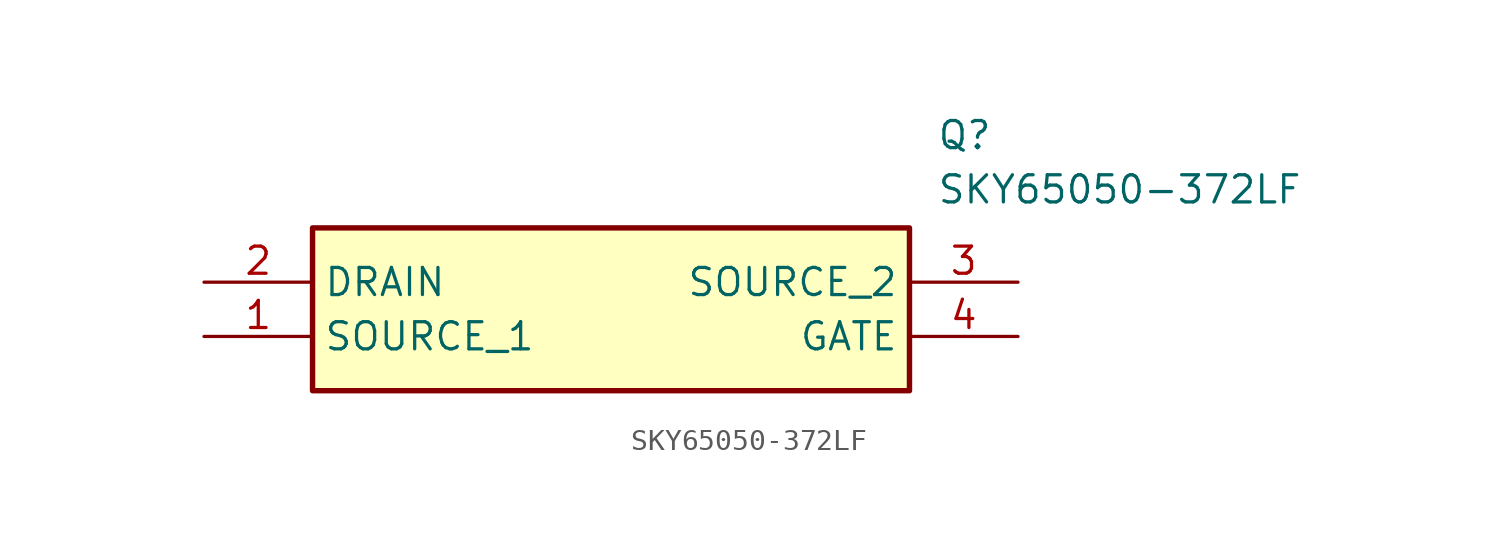
<source format=kicad_sym>
(kicad_symbol_lib
  (version 20211014)
  (generator SamacSys_ECAD_Model)
  (symbol "SKY65050-372LF"
    (property "Reference" "Q"
      (at 34.29 7.62 0)
      (effects (font (size 1.27 1.27)) (justify left top)))
    (property "Value" "SKY65050-372LF"
      (at 34.29 5.08 0)
      (effects (font (size 1.27 1.27)) (justify left top)))
    (rectangle
      (start 5.08 2.54)
      (end 33.02 -5.08)
      (stroke (width 0.254) (type default))
      (fill (type background)))
    (pin passive line
      (at 0 -2.54 0)
      (length 5.08)
      (name "SOURCE_1" (effects (font (size 1.27 1.27))))
      (number "1" (effects (font (size 1.27 1.27)))))
    (pin passive line
      (at 0 0 0)
      (length 5.08)
      (name "DRAIN" (effects (font (size 1.27 1.27))))
      (number "2" (effects (font (size 1.27 1.27)))))
    (pin passive line
      (at 38.1 0 180)
      (length 5.08)
      (name "SOURCE_2" (effects (font (size 1.27 1.27))))
      (number "3" (effects (font (size 1.27 1.27)))))
    (pin passive line
      (at 38.1 -2.54 180)
      (length 5.08)
      (name "GATE" (effects (font (size 1.27 1.27))))
      (number "4" (effects (font (size 1.27 1.27)))))))
</source>
